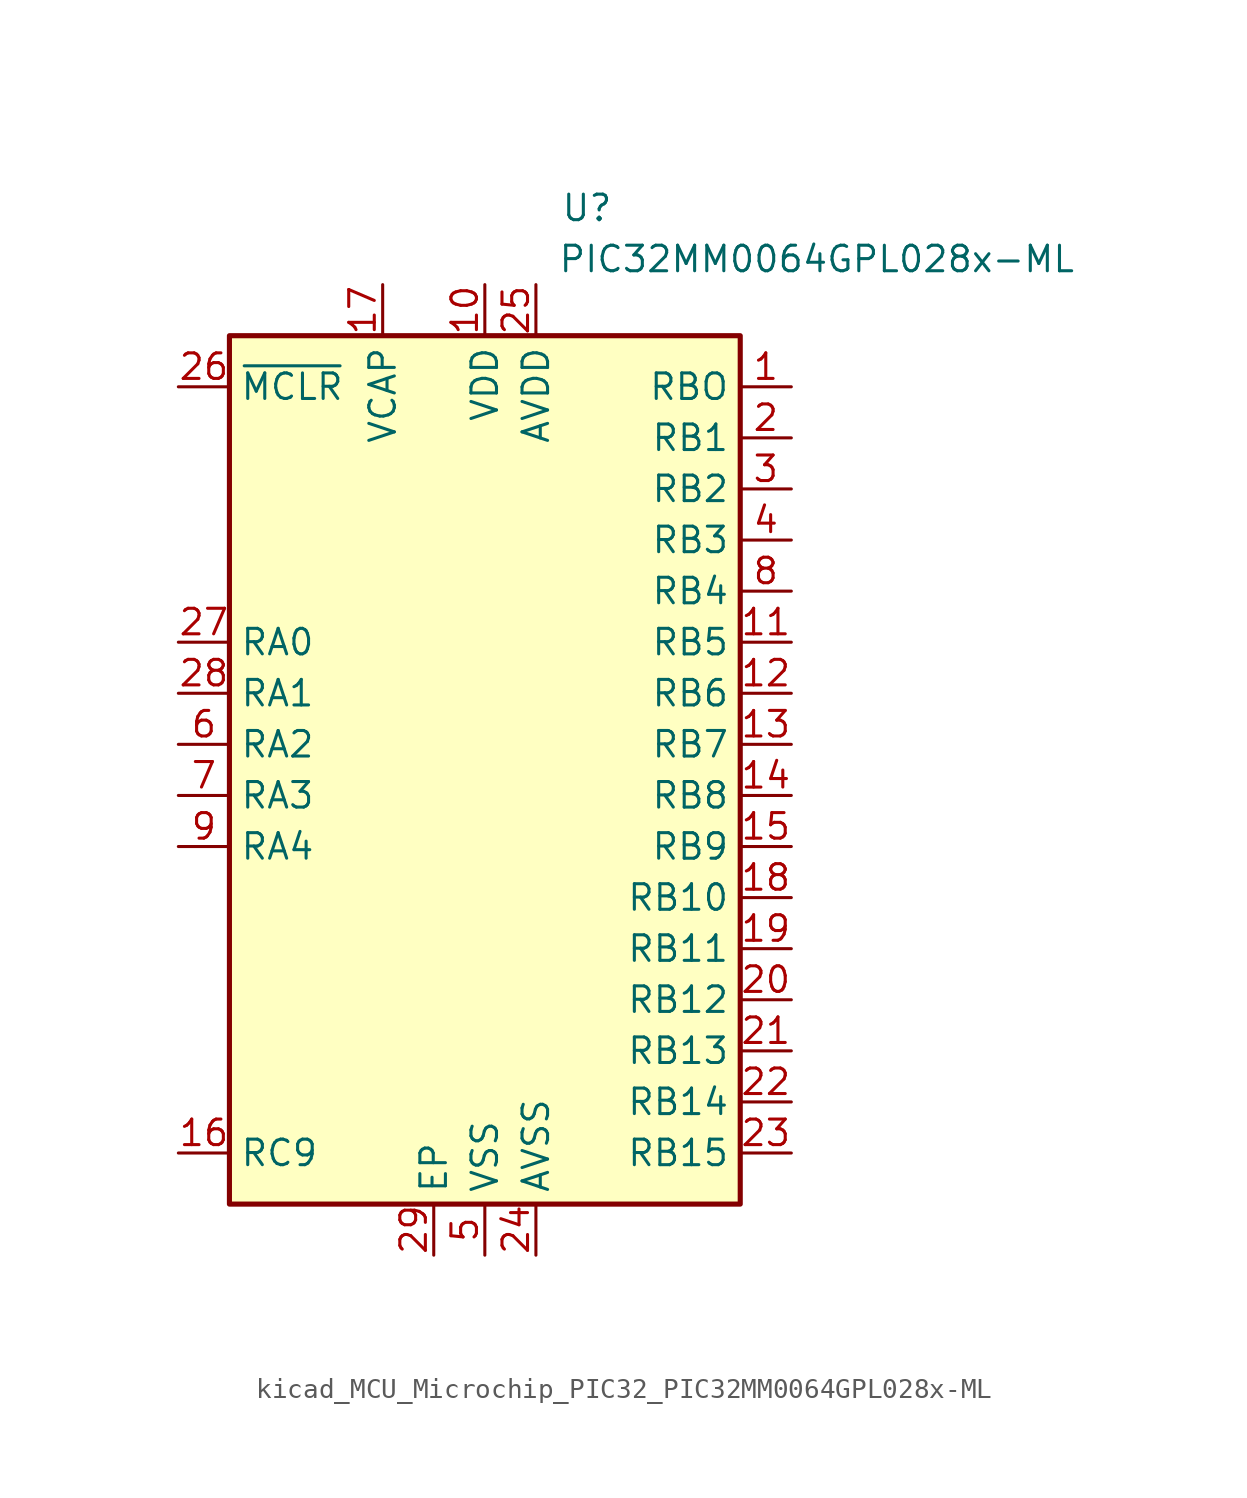
<source format=kicad_sym>
(kicad_symbol_lib
  (version 20220914)
  (generator kicad_symbol_editor)
  (symbol "kicad_MCU_Microchip_PIC32_PIC32MM0064GPL028x-ML"
    (property "Reference" "U"
      (at 5.08 26.67 0)
      (effects (font (size 1.27 1.27))))
    (property "Value" "PIC32MM0064GPL028x-ML"
      (at 16.51 24.13 0)
      (effects (font (size 1.27 1.27))))
    (symbol "kicad_MCU_Microchip_PIC32_PIC32MM0064GPL028x-ML_0_0"
      (pin bidirectional line (at 15.24 17.78 180) (length 2.54) (name "RBO" (effects (font (size 1.27 1.27)))) (number "1" (effects (font (size 1.27 1.27)))))
      (pin power_in line (at 0 22.86 270) (length 2.54) (name "VDD" (effects (font (size 1.27 1.27)))) (number "10" (effects (font (size 1.27 1.27)))))
      (pin bidirectional line (at 15.24 5.08 180) (length 2.54) (name "RB5" (effects (font (size 1.27 1.27)))) (number "11" (effects (font (size 1.27 1.27)))))
      (pin bidirectional line (at 15.24 2.54 180) (length 2.54) (name "RB6" (effects (font (size 1.27 1.27)))) (number "12" (effects (font (size 1.27 1.27)))))
      (pin bidirectional line (at 15.24 0 180) (length 2.54) (name "RB7" (effects (font (size 1.27 1.27)))) (number "13" (effects (font (size 1.27 1.27)))))
      (pin bidirectional line (at 15.24 -2.54 180) (length 2.54) (name "RB8" (effects (font (size 1.27 1.27)))) (number "14" (effects (font (size 1.27 1.27)))))
      (pin bidirectional line (at 15.24 -5.08 180) (length 2.54) (name "RB9" (effects (font (size 1.27 1.27)))) (number "15" (effects (font (size 1.27 1.27)))))
      (pin bidirectional line (at -15.24 -20.32 0) (length 2.54) (name "RC9" (effects (font (size 1.27 1.27)))) (number "16" (effects (font (size 1.27 1.27)))))
      (pin power_out line (at -5.08 22.86 270) (length 2.54) (name "VCAP" (effects (font (size 1.27 1.27)))) (number "17" (effects (font (size 1.27 1.27)))))
      (pin bidirectional line (at 15.24 -7.62 180) (length 2.54) (name "RB10" (effects (font (size 1.27 1.27)))) (number "18" (effects (font (size 1.27 1.27)))))
      (pin bidirectional line (at 15.24 -10.16 180) (length 2.54) (name "RB11" (effects (font (size 1.27 1.27)))) (number "19" (effects (font (size 1.27 1.27)))))
      (pin bidirectional line (at 15.24 15.24 180) (length 2.54) (name "RB1" (effects (font (size 1.27 1.27)))) (number "2" (effects (font (size 1.27 1.27)))))
      (pin bidirectional line (at 15.24 -12.7 180) (length 2.54) (name "RB12" (effects (font (size 1.27 1.27)))) (number "20" (effects (font (size 1.27 1.27)))))
      (pin bidirectional line (at 15.24 -15.24 180) (length 2.54) (name "RB13" (effects (font (size 1.27 1.27)))) (number "21" (effects (font (size 1.27 1.27)))))
      (pin bidirectional line (at 15.24 -17.78 180) (length 2.54) (name "RB14" (effects (font (size 1.27 1.27)))) (number "22" (effects (font (size 1.27 1.27)))))
      (pin bidirectional line (at 15.24 -20.32 180) (length 2.54) (name "RB15" (effects (font (size 1.27 1.27)))) (number "23" (effects (font (size 1.27 1.27)))))
      (pin power_in line (at 2.54 -25.4 90) (length 2.54) (name "AVSS" (effects (font (size 1.27 1.27)))) (number "24" (effects (font (size 1.27 1.27)))))
      (pin power_in line (at 2.54 22.86 270) (length 2.54) (name "AVDD" (effects (font (size 1.27 1.27)))) (number "25" (effects (font (size 1.27 1.27)))))
      (pin input line (at -15.24 17.78 0) (length 2.54) (name "~{MCLR}" (effects (font (size 1.27 1.27)))) (number "26" (effects (font (size 1.27 1.27)))))
      (pin bidirectional line (at -15.24 5.08 0) (length 2.54) (name "RA0" (effects (font (size 1.27 1.27)))) (number "27" (effects (font (size 1.27 1.27)))))
      (pin bidirectional line (at -15.24 2.54 0) (length 2.54) (name "RA1" (effects (font (size 1.27 1.27)))) (number "28" (effects (font (size 1.27 1.27)))))
      (pin passive line (at -2.54 -25.4 90) (length 2.54) (name "EP" (effects (font (size 1.27 1.27)))) (number "29" (effects (font (size 1.27 1.27)))))
      (pin bidirectional line (at 15.24 12.7 180) (length 2.54) (name "RB2" (effects (font (size 1.27 1.27)))) (number "3" (effects (font (size 1.27 1.27)))))
      (pin bidirectional line (at 15.24 10.16 180) (length 2.54) (name "RB3" (effects (font (size 1.27 1.27)))) (number "4" (effects (font (size 1.27 1.27)))))
      (pin power_in line (at 0 -25.4 90) (length 2.54) (name "VSS" (effects (font (size 1.27 1.27)))) (number "5" (effects (font (size 1.27 1.27)))))
      (pin bidirectional line (at -15.24 0 0) (length 2.54) (name "RA2" (effects (font (size 1.27 1.27)))) (number "6" (effects (font (size 1.27 1.27)))))
      (pin bidirectional line (at -15.24 -2.54 0) (length 2.54) (name "RA3" (effects (font (size 1.27 1.27)))) (number "7" (effects (font (size 1.27 1.27)))))
      (pin bidirectional line (at 15.24 7.62 180) (length 2.54) (name "RB4" (effects (font (size 1.27 1.27)))) (number "8" (effects (font (size 1.27 1.27)))))
      (pin bidirectional line (at -15.24 -5.08 0) (length 2.54) (name "RA4" (effects (font (size 1.27 1.27)))) (number "9" (effects (font (size 1.27 1.27))))))
    (symbol "kicad_MCU_Microchip_PIC32_PIC32MM0064GPL028x-ML_0_1"
      (rectangle (start -12.7 20.32) (end 12.7 -22.86) (stroke (width 0.254) (type default)) (fill (type background))))))
</source>
